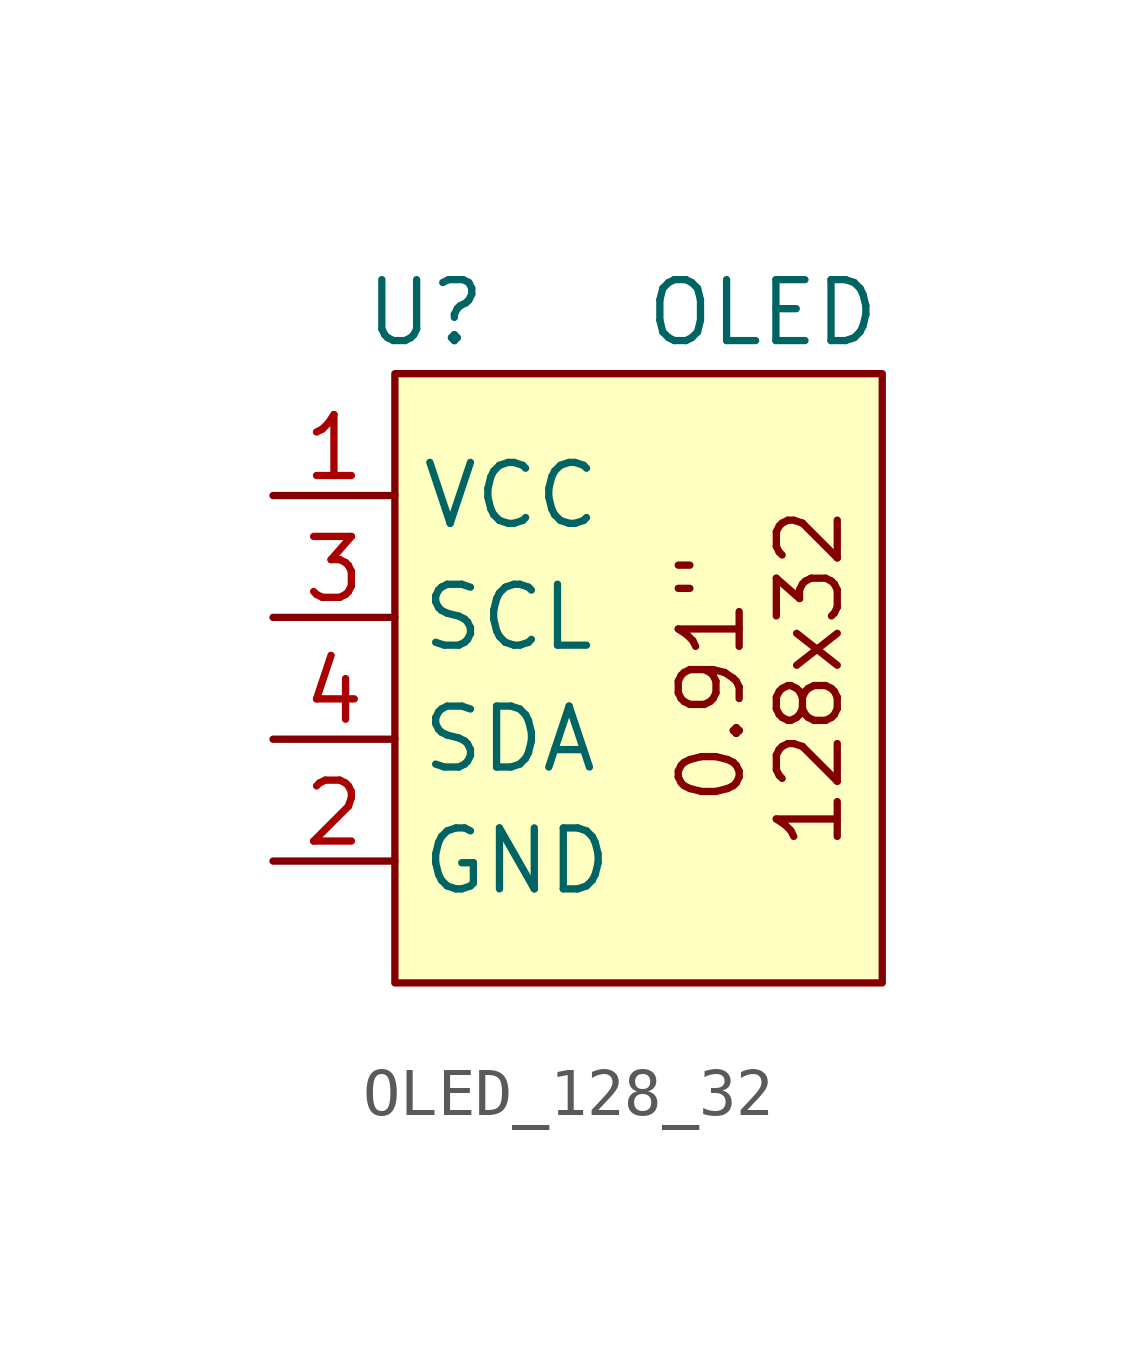
<source format=kicad_sym>
(kicad_symbol_lib
  (version 20241209)
  (generator "kicad_symbol_editor")
  (generator_version "9.0")
  (symbol "OLED_128_32"
    (property "Reference" "U"
      (at 0.635 3.81 0)
      (effects (font (size 1.27 1.27))))
    (property "Value" "OLED"
      (at 10.16 3.81 0)
      (effects (font (size 1.27 1.27)) (justify right)))
    (symbol "OLED_128_32_1_1"
      (rectangle (start 0 2.54) (end 10.16 -10.16) (stroke (width 0) (type solid)) (fill (type background)))
      (text "0.91\"\n128x32" (at 7.62 -3.81 900) (effects (font (size 1.27 1.27))))
      (pin power_in line (at -2.54 0 0) (length 2.54) (name "VCC" (effects (font (size 1.27 1.27)))) (number "1" (effects (font (size 1.27 1.27)))))
      (pin unspecified line (at -2.54 -2.54 0) (length 2.54) (name "SCL" (effects (font (size 1.27 1.27)))) (number "3" (effects (font (size 1.27 1.27)))))
      (pin unspecified line (at -2.54 -5.08 0) (length 2.54) (name "SDA" (effects (font (size 1.27 1.27)))) (number "4" (effects (font (size 1.27 1.27)))))
      (pin power_in line (at -2.54 -7.62 0) (length 2.54) (name "GND" (effects (font (size 1.27 1.27)))) (number "2" (effects (font (size 1.27 1.27))))))))
</source>
